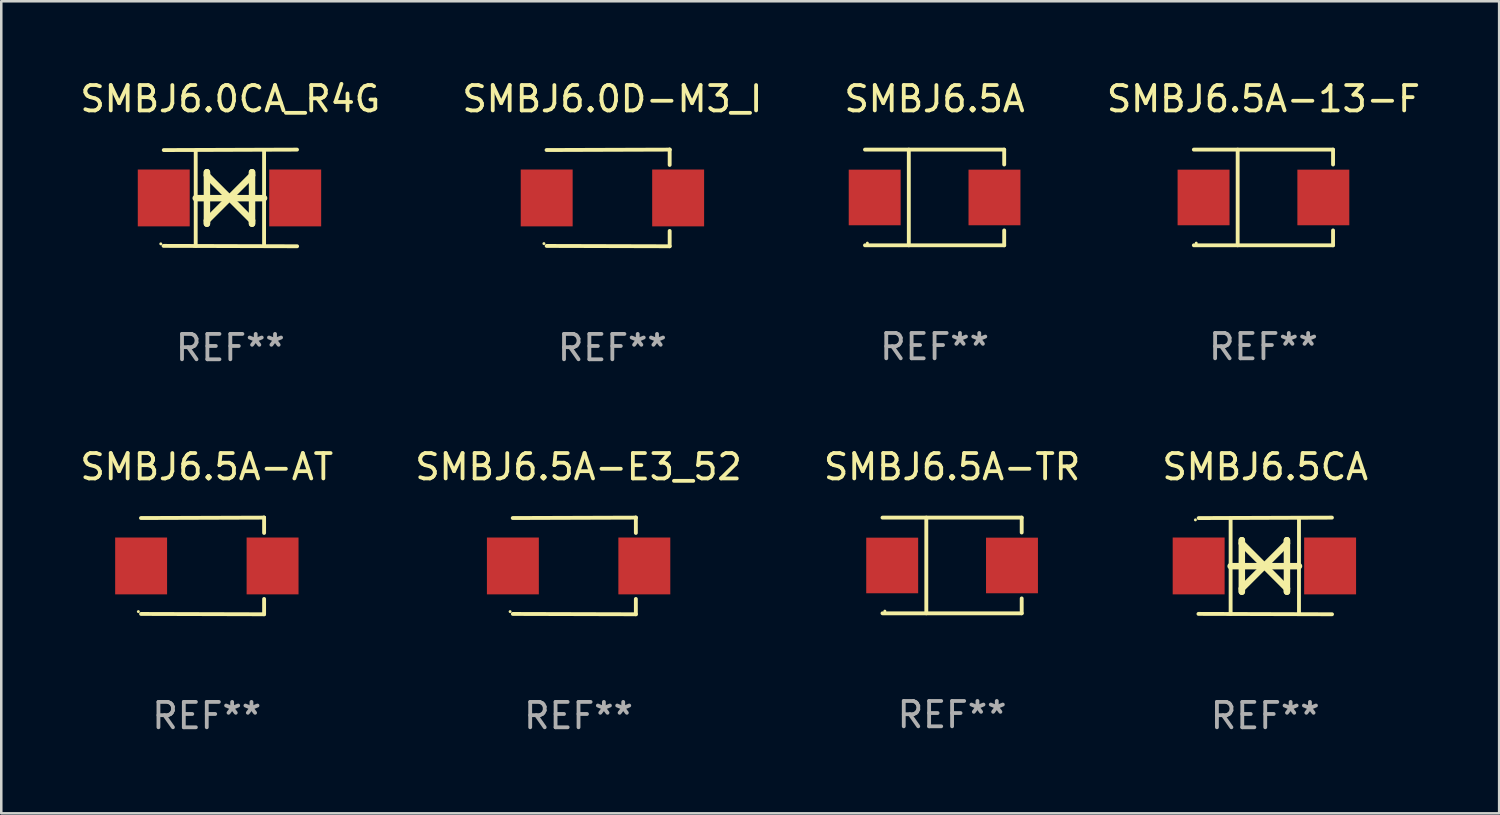
<source format=kicad_pcb>
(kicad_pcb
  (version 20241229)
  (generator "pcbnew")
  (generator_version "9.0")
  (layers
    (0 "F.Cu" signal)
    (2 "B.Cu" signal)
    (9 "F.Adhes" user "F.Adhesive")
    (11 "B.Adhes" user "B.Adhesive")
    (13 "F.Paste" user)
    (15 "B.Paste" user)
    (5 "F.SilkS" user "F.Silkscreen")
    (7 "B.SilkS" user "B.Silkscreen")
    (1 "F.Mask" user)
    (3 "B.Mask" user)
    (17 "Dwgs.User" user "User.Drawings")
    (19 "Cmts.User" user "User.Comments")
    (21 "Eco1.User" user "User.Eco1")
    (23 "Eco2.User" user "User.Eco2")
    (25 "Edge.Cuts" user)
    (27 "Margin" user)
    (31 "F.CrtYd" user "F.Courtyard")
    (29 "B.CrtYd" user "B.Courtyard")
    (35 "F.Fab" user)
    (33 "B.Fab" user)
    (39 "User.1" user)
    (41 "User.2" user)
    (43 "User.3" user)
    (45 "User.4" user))
  (footprint "SMBJ6.5A"
    (layer "F.Cu")
    (at 33.792 4.734)
    (property "Reference" "SMBJ6.5A" (at 0 -3.886 0) (layer "F.SilkS") (effects (font (size 1 1) (thickness 0.15))))
    (attr through_hole)
    (fp_line (start -2.744 -1.886) (end 2.744 -1.886) (stroke (width 0.152) (type solid)) (layer "F.SilkS"))
    (fp_line (start -2.744 1.886) (end 2.744 1.886) (stroke (width 0.152) (type solid)) (layer "F.SilkS"))
    (fp_line (start -1.016 -1.886) (end -1.016 1.886) (stroke (width 0.152) (type solid)) (layer "F.SilkS"))
    (fp_line (start 2.744 -1.886) (end 2.744 -1.299) (stroke (width 0.152) (type solid)) (layer "F.SilkS"))
    (fp_line (start 2.744 1.886) (end 2.744 1.299) (stroke (width 0.152) (type solid)) (layer "F.SilkS"))
    (fp_circle (center -2.65 1.8) (end -2.62 1.8) (stroke (width 0.06) (type solid)) (fill no) (layer "F.SilkS"))
    (fp_text user "REF**" (at 0 5.886 0) (layer "F.Fab") (effects (font (size 1 1) (thickness 0.15))))
    (pad "1" smd rect (at -2.361 0) (size 2.047 2.192) (layers "F.Cu" "F.Mask" "F.Paste"))
    (pad "2" smd rect (at 2.361 0) (size 2.047 2.192) (layers "F.Cu" "F.Mask" "F.Paste")))
  (footprint "SMBJ6.5A-13-F"
    (layer "F.Cu")
    (at 46.756 4.734)
    (property "Reference" "SMBJ6.5A-13-F" (at 0 -3.886 0) (layer "F.SilkS") (effects (font (size 1 1) (thickness 0.15))))
    (attr through_hole)
    (fp_line (start -2.744 -1.886) (end 2.744 -1.886) (stroke (width 0.152) (type solid)) (layer "F.SilkS"))
    (fp_line (start -2.744 1.886) (end 2.744 1.886) (stroke (width 0.152) (type solid)) (layer "F.SilkS"))
    (fp_line (start -1.016 -1.886) (end -1.016 1.886) (stroke (width 0.152) (type solid)) (layer "F.SilkS"))
    (fp_line (start 2.744 -1.886) (end 2.744 -1.299) (stroke (width 0.152) (type solid)) (layer "F.SilkS"))
    (fp_line (start 2.744 1.886) (end 2.744 1.299) (stroke (width 0.152) (type solid)) (layer "F.SilkS"))
    (fp_circle (center -2.65 1.8) (end -2.62 1.8) (stroke (width 0.06) (type solid)) (fill no) (layer "F.SilkS"))
    (fp_text user "REF**" (at 0 5.886 0) (layer "F.Fab") (effects (font (size 1 1) (thickness 0.15))))
    (pad "1" smd rect (at -2.361 0) (size 2.047 2.192) (layers "F.Cu" "F.Mask" "F.Paste"))
    (pad "2" smd rect (at 2.361 0) (size 2.047 2.192) (layers "F.Cu" "F.Mask" "F.Paste")))
  (footprint "SMBJ6.5CA"
    (layer "F.Cu")
    (at 46.827 19.26)
    (property "Reference" "SMBJ6.5CA" (at 0 -3.905 0) (layer "F.SilkS") (effects (font (size 1 1) (thickness 0.15))))
    (attr through_hole)
    (fp_line (start -1.365 1.886) (end -1.365 -1.886) (stroke (width 0.152) (type solid)) (layer "F.SilkS"))
    (fp_line (start -1.365 0.008) (end 1.33 0.008) (stroke (width 0.254) (type solid)) (layer "F.SilkS"))
    (fp_line (start -0.923 -1.016) (end -0.923 1.016) (stroke (width 0.254) (type solid)) (layer "F.SilkS"))
    (fp_line (start -0.923 -0.889) (end -0.923 -1.016) (stroke (width 0.254) (type solid)) (layer "F.SilkS"))
    (fp_line (start -0.923 0.889) (end -0.034 0) (stroke (width 0.254) (type solid)) (layer "F.SilkS"))
    (fp_line (start -0.923 1.016) (end -0.923 0.889) (stroke (width 0.254) (type solid)) (layer "F.SilkS"))
    (fp_line (start -0.034 0) (end -0.923 -0.889) (stroke (width 0.254) (type solid)) (layer "F.SilkS"))
    (fp_line (start -0.034 0) (end 0.855 0.889) (stroke (width 0.254) (type solid)) (layer "F.SilkS"))
    (fp_line (start 0.855 -1.016) (end 0.855 -0.889) (stroke (width 0.254) (type solid)) (layer "F.SilkS"))
    (fp_line (start 0.855 -0.889) (end -0.034 0) (stroke (width 0.254) (type solid)) (layer "F.SilkS"))
    (fp_line (start 0.855 0.889) (end 0.855 1.016) (stroke (width 0.254) (type solid)) (layer "F.SilkS"))
    (fp_line (start 0.855 1.016) (end 0.855 -1.016) (stroke (width 0.254) (type solid)) (layer "F.SilkS"))
    (fp_line (start 1.33 1.886) (end 1.33 -1.886) (stroke (width 0.152) (type solid)) (layer "F.SilkS"))
    (fp_line (start 2.629 -1.905) (end -2.625 -1.887) (stroke (width 0.152) (type solid)) (layer "F.SilkS"))
    (fp_line (start 2.633 1.905) (end -2.633 1.89) (stroke (width 0.152) (type solid)) (layer "F.SilkS"))
    (fp_circle (center -2.753 -1.816) (end -2.723 -1.816) (stroke (width 0.06) (type solid)) (fill no) (layer "F.SilkS"))
    (fp_text user "REF**" (at 0 5.905 0) (layer "F.Fab") (effects (font (size 1 1) (thickness 0.15))))
    (pad "1" smd rect (at -2.625 0) (size 2.047 2.241) (layers "F.Cu" "F.Mask" "F.Paste"))
    (pad "2" smd rect (at 2.557 0) (size 2.047 2.241) (layers "F.Cu" "F.Mask" "F.Paste")))
  (footprint "SMBJ6.5A-TR"
    (layer "F.Cu")
    (at 34.482 19.241)
    (property "Reference" "SMBJ6.5A-TR" (at 0 -3.886 0) (layer "F.SilkS") (effects (font (size 1 1) (thickness 0.15))))
    (attr through_hole)
    (fp_line (start -2.744 -1.886) (end 2.744 -1.886) (stroke (width 0.152) (type solid)) (layer "F.SilkS"))
    (fp_line (start -2.744 1.886) (end 2.744 1.886) (stroke (width 0.152) (type solid)) (layer "F.SilkS"))
    (fp_line (start -1.016 -1.886) (end -1.016 1.886) (stroke (width 0.152) (type solid)) (layer "F.SilkS"))
    (fp_line (start 2.744 -1.886) (end 2.744 -1.299) (stroke (width 0.152) (type solid)) (layer "F.SilkS"))
    (fp_line (start 2.744 1.886) (end 2.744 1.299) (stroke (width 0.152) (type solid)) (layer "F.SilkS"))
    (fp_circle (center -2.65 1.8) (end -2.62 1.8) (stroke (width 0.06) (type solid)) (fill no) (layer "F.SilkS"))
    (fp_text user "REF**" (at 0 5.886 0) (layer "F.Fab") (effects (font (size 1 1) (thickness 0.15))))
    (pad "1" smd rect (at -2.361 0) (size 2.047 2.192) (layers "F.Cu" "F.Mask" "F.Paste"))
    (pad "2" smd rect (at 2.361 0) (size 2.047 2.192) (layers "F.Cu" "F.Mask" "F.Paste")))
  (footprint "SMBJ6.0D-M3_I"
    (layer "F.Cu")
    (at 21.089 4.753)
    (property "Reference" "SMBJ6.0D-M3_I" (at 0 -3.905 0) (layer "F.SilkS") (effects (font (size 1 1) (thickness 0.15))))
    (attr through_hole)
    (fp_line (start 2.256 -1.905) (end -2.594 -1.889) (stroke (width 0.152) (type solid)) (layer "F.SilkS"))
    (fp_line (start 2.256 -1.905) (end 2.26 -1.905) (stroke (width 0.152) (type solid)) (layer "F.SilkS"))
    (fp_line (start 2.26 -1.905) (end 2.26 -1.301) (stroke (width 0.152) (type solid)) (layer "F.SilkS"))
    (fp_line (start 2.26 1.301) (end 2.26 1.905) (stroke (width 0.152) (type solid)) (layer "F.SilkS"))
    (fp_line (start 2.26 1.905) (end -2.59 1.892) (stroke (width 0.152) (type solid)) (layer "F.SilkS"))
    (fp_circle (center -2.697 1.8) (end -2.667 1.8) (stroke (width 0.06) (type solid)) (fill no) (layer "F.SilkS"))
    (fp_text user "REF**" (at 0 5.905 0) (layer "F.Fab") (effects (font (size 1 1) (thickness 0.15))))
    (pad "1" smd rect (at -2.588 0) (size 2.047 2.241) (layers "F.Cu" "F.Mask" "F.Paste"))
    (pad "2" smd rect (at 2.594 0) (size 2.047 2.241) (layers "F.Cu" "F.Mask" "F.Paste")))
  (footprint "SMBJ6.5A-E3_52"
    (layer "F.Cu")
    (at 19.756 19.26)
    (property "Reference" "SMBJ6.5A-E3_52" (at 0 -3.905 0) (layer "F.SilkS") (effects (font (size 1 1) (thickness 0.15))))
    (attr through_hole)
    (fp_line (start 2.256 -1.905) (end -2.594 -1.889) (stroke (width 0.152) (type solid)) (layer "F.SilkS"))
    (fp_line (start 2.256 -1.905) (end 2.26 -1.905) (stroke (width 0.152) (type solid)) (layer "F.SilkS"))
    (fp_line (start 2.26 -1.905) (end 2.26 -1.301) (stroke (width 0.152) (type solid)) (layer "F.SilkS"))
    (fp_line (start 2.26 1.301) (end 2.26 1.905) (stroke (width 0.152) (type solid)) (layer "F.SilkS"))
    (fp_line (start 2.26 1.905) (end -2.59 1.892) (stroke (width 0.152) (type solid)) (layer "F.SilkS"))
    (fp_circle (center -2.697 1.8) (end -2.667 1.8) (stroke (width 0.06) (type solid)) (fill no) (layer "F.SilkS"))
    (fp_text user "REF**" (at 0 5.905 0) (layer "F.Fab") (effects (font (size 1 1) (thickness 0.15))))
    (pad "1" smd rect (at -2.588 0) (size 2.047 2.241) (layers "F.Cu" "F.Mask" "F.Paste"))
    (pad "2" smd rect (at 2.594 0) (size 2.047 2.241) (layers "F.Cu" "F.Mask" "F.Paste")))
  (footprint "SMBJ6.5A-AT"
    (layer "F.Cu")
    (at 5.101 19.26)
    (property "Reference" "SMBJ6.5A-AT" (at 0 -3.905 0) (layer "F.SilkS") (effects (font (size 1 1) (thickness 0.15))))
    (attr through_hole)
    (fp_line (start 2.256 -1.905) (end -2.594 -1.889) (stroke (width 0.152) (type solid)) (layer "F.SilkS"))
    (fp_line (start 2.256 -1.905) (end 2.26 -1.905) (stroke (width 0.152) (type solid)) (layer "F.SilkS"))
    (fp_line (start 2.26 -1.905) (end 2.26 -1.301) (stroke (width 0.152) (type solid)) (layer "F.SilkS"))
    (fp_line (start 2.26 1.301) (end 2.26 1.905) (stroke (width 0.152) (type solid)) (layer "F.SilkS"))
    (fp_line (start 2.26 1.905) (end -2.59 1.892) (stroke (width 0.152) (type solid)) (layer "F.SilkS"))
    (fp_circle (center -2.697 1.8) (end -2.667 1.8) (stroke (width 0.06) (type solid)) (fill no) (layer "F.SilkS"))
    (fp_text user "REF**" (at 0 5.905 0) (layer "F.Fab") (effects (font (size 1 1) (thickness 0.15))))
    (pad "1" smd rect (at -2.588 0) (size 2.047 2.241) (layers "F.Cu" "F.Mask" "F.Paste"))
    (pad "2" smd rect (at 2.594 0) (size 2.047 2.241) (layers "F.Cu" "F.Mask" "F.Paste")))
  (footprint "SMBJ6.0CA_R4G"
    (layer "F.Cu")
    (at 6.03 4.753)
    (property "Reference" "SMBJ6.0CA_R4G" (at 0 -3.905 0) (layer "F.SilkS") (effects (font (size 1 1) (thickness 0.15))))
    (attr through_hole)
    (fp_line (start -1.365 1.886) (end -1.365 -1.886) (stroke (width 0.152) (type solid)) (layer "F.SilkS"))
    (fp_line (start -1.365 0.008) (end 1.33 0.008) (stroke (width 0.254) (type solid)) (layer "F.SilkS"))
    (fp_line (start -0.923 -1.016) (end -0.923 1.016) (stroke (width 0.254) (type solid)) (layer "F.SilkS"))
    (fp_line (start -0.923 -0.889) (end -0.923 -1.016) (stroke (width 0.254) (type solid)) (layer "F.SilkS"))
    (fp_line (start -0.923 0.889) (end -0.034 0) (stroke (width 0.254) (type solid)) (layer "F.SilkS"))
    (fp_line (start -0.923 1.016) (end -0.923 0.889) (stroke (width 0.254) (type solid)) (layer "F.SilkS"))
    (fp_line (start -0.034 0) (end -0.923 -0.889) (stroke (width 0.254) (type solid)) (layer "F.SilkS"))
    (fp_line (start -0.034 0) (end 0.855 0.889) (stroke (width 0.254) (type solid)) (layer "F.SilkS"))
    (fp_line (start 0.855 -1.016) (end 0.855 -0.889) (stroke (width 0.254) (type solid)) (layer "F.SilkS"))
    (fp_line (start 0.855 -0.889) (end -0.034 0) (stroke (width 0.254) (type solid)) (layer "F.SilkS"))
    (fp_line (start 0.855 0.889) (end 0.855 1.016) (stroke (width 0.254) (type solid)) (layer "F.SilkS"))
    (fp_line (start 0.855 1.016) (end 0.855 -1.016) (stroke (width 0.254) (type solid)) (layer "F.SilkS"))
    (fp_line (start 1.33 1.886) (end 1.33 -1.886) (stroke (width 0.152) (type solid)) (layer "F.SilkS"))
    (fp_line (start 2.629 -1.905) (end -2.625 -1.887) (stroke (width 0.152) (type solid)) (layer "F.SilkS"))
    (fp_line (start 2.633 1.905) (end -2.633 1.89) (stroke (width 0.152) (type solid)) (layer "F.SilkS"))
    (fp_circle (center -2.741 1.81) (end -2.711 1.81) (stroke (width 0.06) (type solid)) (fill no) (layer "F.SilkS"))
    (fp_text user "REF**" (at 0 5.905 0) (layer "F.Fab") (effects (font (size 1 1) (thickness 0.15))))
    (pad "1" smd rect (at -2.625 0) (size 2.047 2.241) (layers "F.Cu" "F.Mask" "F.Paste"))
    (pad "2" smd rect (at 2.557 0) (size 2.047 2.241) (layers "F.Cu" "F.Mask" "F.Paste")))
  (gr_rect
    (start -3 -3)
    (end 56.048 29.013)
    (stroke (width 0.1) (type default))
    (fill no)
    (layer "Edge.Cuts")))
</source>
